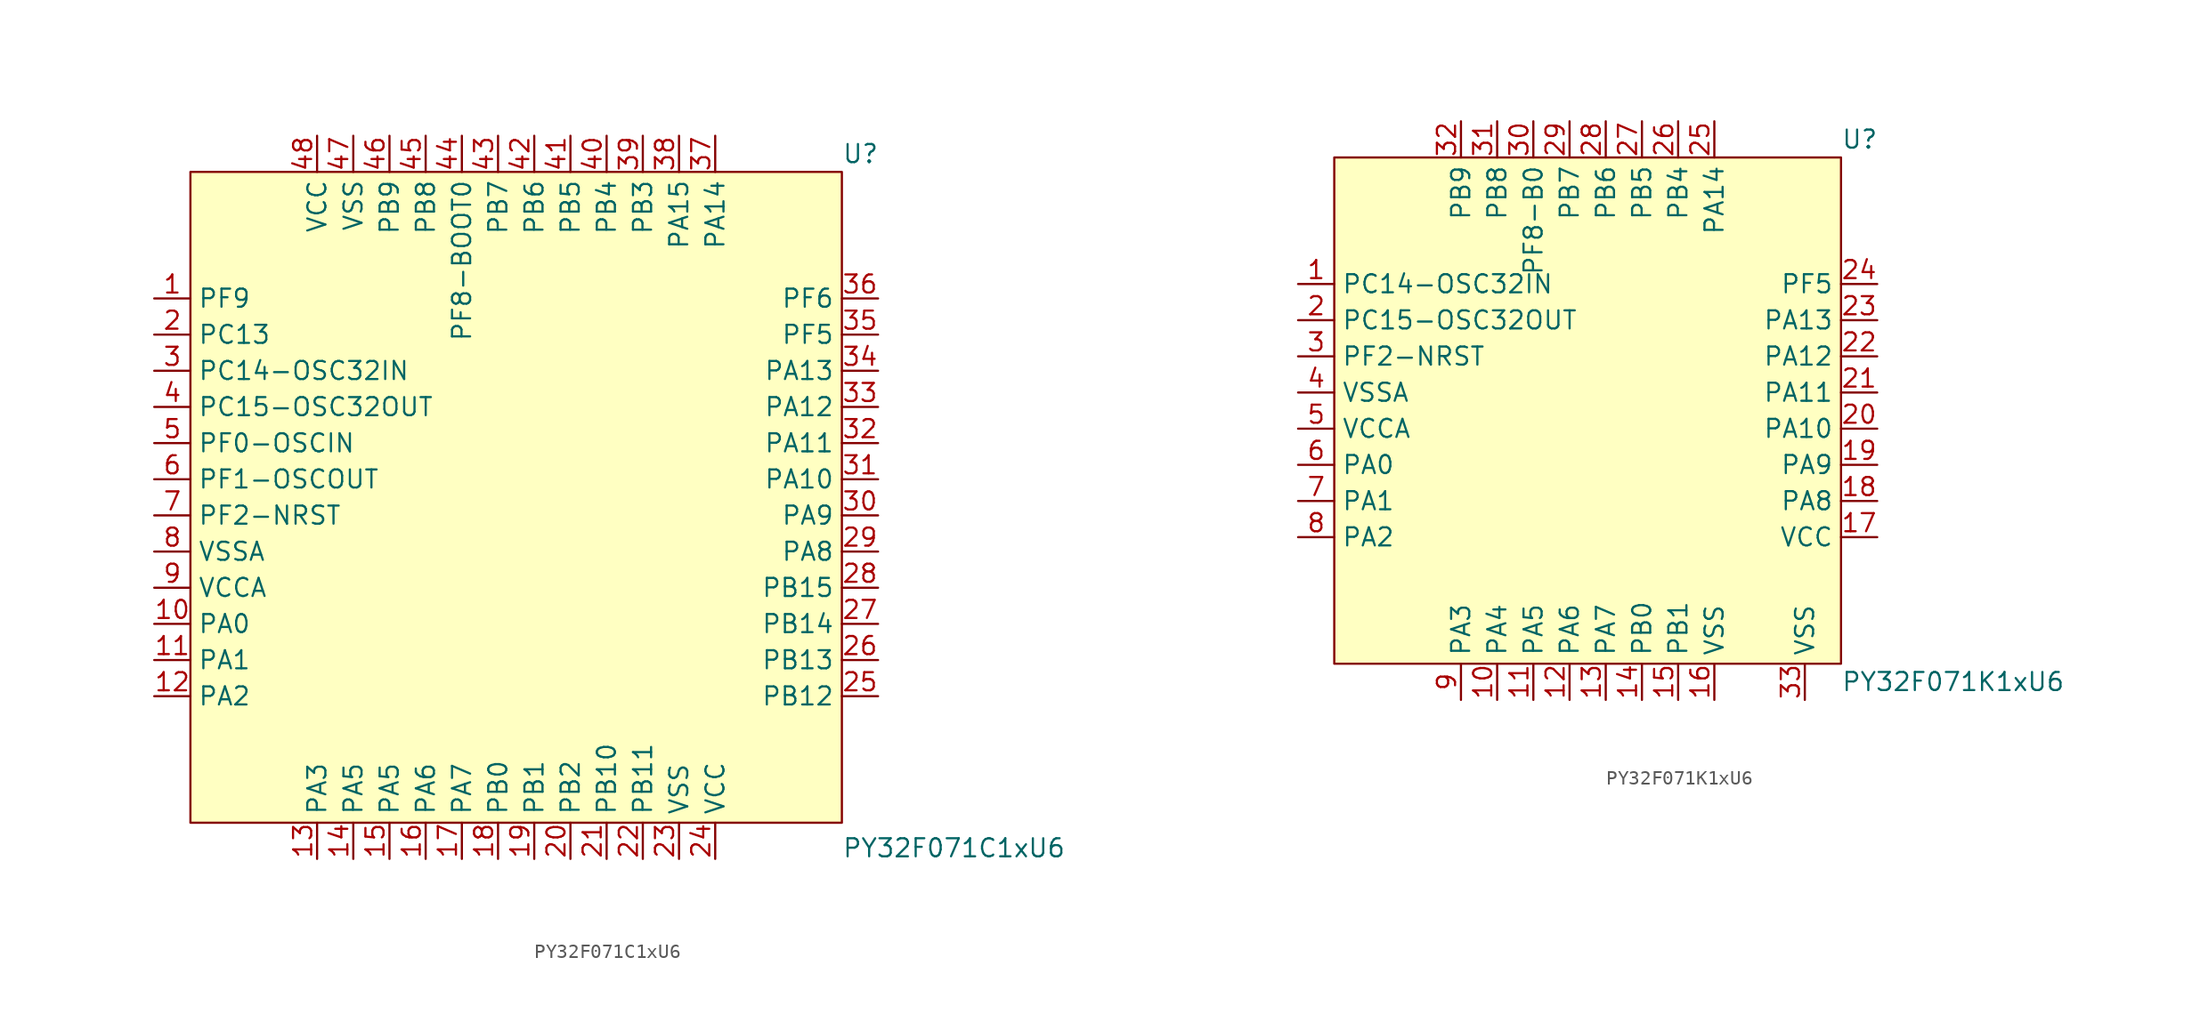
<source format=kicad_sym>
(kicad_symbol_lib
  (version 20241209)
  (generator "kicad_symbol_editor")
  (generator_version "9.0")
  (symbol "PY32F071C1xU6"
    (property "Reference" "U"
      (at 24.13 22.86 0)
      (effects (font (size 1.27 1.27)) (justify left)))
    (property "Value" "PY32F071C1xU6"
      (at 24.13 -25.908 0)
      (effects (font (size 1.27 1.27)) (justify left)))
    (symbol "PY32F071C1xU6_0_0"
      (pin bidirectional line (at -24.13 12.7 0) (length 2.54) (name "PF9" (effects (font (size 1.27 1.27)))) (number "1" (effects (font (size 1.27 1.27)))))
      (pin bidirectional line (at -24.13 10.16 0) (length 2.54) (name "PC13" (effects (font (size 1.27 1.27)))) (number "2" (effects (font (size 1.27 1.27)))))
      (pin bidirectional line (at -24.13 7.62 0) (length 2.54) (name "PC14-OSC32IN" (effects (font (size 1.27 1.27)))) (number "3" (effects (font (size 1.27 1.27)))))
      (pin bidirectional line (at -24.13 5.08 0) (length 2.54) (name "PC15-OSC32OUT" (effects (font (size 1.27 1.27)))) (number "4" (effects (font (size 1.27 1.27)))))
      (pin bidirectional line (at -24.13 2.54 0) (length 2.54) (name "PF0-OSCIN" (effects (font (size 1.27 1.27)))) (number "5" (effects (font (size 1.27 1.27)))))
      (pin bidirectional line (at -24.13 0 0) (length 2.54) (name "PF1-OSCOUT" (effects (font (size 1.27 1.27)))) (number "6" (effects (font (size 1.27 1.27)))))
      (pin bidirectional line (at -24.13 -2.54 0) (length 2.54) (name "PF2-NRST" (effects (font (size 1.27 1.27)))) (number "7" (effects (font (size 1.27 1.27)))))
      (pin bidirectional line (at -24.13 -5.08 0) (length 2.54) (name "VSSA" (effects (font (size 1.27 1.27)))) (number "8" (effects (font (size 1.27 1.27)))))
      (pin bidirectional line (at -24.13 -7.62 0) (length 2.54) (name "VCCA" (effects (font (size 1.27 1.27)))) (number "9" (effects (font (size 1.27 1.27)))))
      (pin bidirectional line (at -24.13 -10.16 0) (length 2.54) (name "PA0" (effects (font (size 1.27 1.27)))) (number "10" (effects (font (size 1.27 1.27)))))
      (pin bidirectional line (at -24.13 -12.7 0) (length 2.54) (name "PA1" (effects (font (size 1.27 1.27)))) (number "11" (effects (font (size 1.27 1.27)))))
      (pin bidirectional line (at -24.13 -15.24 0) (length 2.54) (name "PA2" (effects (font (size 1.27 1.27)))) (number "12" (effects (font (size 1.27 1.27)))))
      (pin bidirectional line (at -12.7 24.13 270) (length 2.54) (name "VCC" (effects (font (size 1.27 1.27)))) (number "48" (effects (font (size 1.27 1.27)))))
      (pin bidirectional line (at -12.7 -26.67 90) (length 2.54) (name "PA3" (effects (font (size 1.27 1.27)))) (number "13" (effects (font (size 1.27 1.27)))))
      (pin bidirectional line (at -10.16 24.13 270) (length 2.54) (name "VSS" (effects (font (size 1.27 1.27)))) (number "47" (effects (font (size 1.27 1.27)))))
      (pin bidirectional line (at -10.16 -26.67 90) (length 2.54) (name "PA5" (effects (font (size 1.27 1.27)))) (number "14" (effects (font (size 1.27 1.27)))))
      (pin bidirectional line (at -7.62 24.13 270) (length 2.54) (name "PB9" (effects (font (size 1.27 1.27)))) (number "46" (effects (font (size 1.27 1.27)))))
      (pin bidirectional line (at -7.62 -26.67 90) (length 2.54) (name "PA5" (effects (font (size 1.27 1.27)))) (number "15" (effects (font (size 1.27 1.27)))))
      (pin bidirectional line (at -5.08 24.13 270) (length 2.54) (name "PB8" (effects (font (size 1.27 1.27)))) (number "45" (effects (font (size 1.27 1.27)))))
      (pin bidirectional line (at -5.08 -26.67 90) (length 2.54) (name "PA6" (effects (font (size 1.27 1.27)))) (number "16" (effects (font (size 1.27 1.27)))))
      (pin bidirectional line (at -2.54 24.13 270) (length 2.54) (name "PF8-BOOT0" (effects (font (size 1.27 1.27)))) (number "44" (effects (font (size 1.27 1.27)))))
      (pin bidirectional line (at -2.54 -26.67 90) (length 2.54) (name "PA7" (effects (font (size 1.27 1.27)))) (number "17" (effects (font (size 1.27 1.27)))))
      (pin bidirectional line (at 0 24.13 270) (length 2.54) (name "PB7" (effects (font (size 1.27 1.27)))) (number "43" (effects (font (size 1.27 1.27)))))
      (pin bidirectional line (at 0 -26.67 90) (length 2.54) (name "PB0" (effects (font (size 1.27 1.27)))) (number "18" (effects (font (size 1.27 1.27)))))
      (pin bidirectional line (at 2.54 24.13 270) (length 2.54) (name "PB6" (effects (font (size 1.27 1.27)))) (number "42" (effects (font (size 1.27 1.27)))))
      (pin bidirectional line (at 2.54 -26.67 90) (length 2.54) (name "PB1" (effects (font (size 1.27 1.27)))) (number "19" (effects (font (size 1.27 1.27)))))
      (pin bidirectional line (at 5.08 -26.67 90) (length 2.54) (name "PB2" (effects (font (size 1.27 1.27)))) (number "20" (effects (font (size 1.27 1.27)))))
      (pin bidirectional line (at 7.62 -26.67 90) (length 2.54) (name "PB10" (effects (font (size 1.27 1.27)))) (number "21" (effects (font (size 1.27 1.27)))))
      (pin bidirectional line (at 10.16 24.13 270) (length 2.54) (name "PB3" (effects (font (size 1.27 1.27)))) (number "39" (effects (font (size 1.27 1.27)))))
      (pin bidirectional line (at 10.16 -26.67 90) (length 2.54) (name "PB11" (effects (font (size 1.27 1.27)))) (number "22" (effects (font (size 1.27 1.27)))))
      (pin bidirectional line (at 12.7 24.13 270) (length 2.54) (name "PA15" (effects (font (size 1.27 1.27)))) (number "38" (effects (font (size 1.27 1.27)))))
      (pin bidirectional line (at 12.7 -26.67 90) (length 2.54) (name "VSS" (effects (font (size 1.27 1.27)))) (number "23" (effects (font (size 1.27 1.27)))))
      (pin bidirectional line (at 15.24 24.13 270) (length 2.54) (name "PA14" (effects (font (size 1.27 1.27)))) (number "37" (effects (font (size 1.27 1.27)))))
      (pin bidirectional line (at 26.67 12.7 180) (length 2.54) (name "PF6" (effects (font (size 1.27 1.27)))) (number "36" (effects (font (size 1.27 1.27)))))
      (pin bidirectional line (at 26.67 10.16 180) (length 2.54) (name "PF5" (effects (font (size 1.27 1.27)))) (number "35" (effects (font (size 1.27 1.27)))))
      (pin bidirectional line (at 26.67 7.62 180) (length 2.54) (name "PA13" (effects (font (size 1.27 1.27)))) (number "34" (effects (font (size 1.27 1.27)))))
      (pin bidirectional line (at 26.67 5.08 180) (length 2.54) (name "PA12" (effects (font (size 1.27 1.27)))) (number "33" (effects (font (size 1.27 1.27)))))
      (pin bidirectional line (at 26.67 2.54 180) (length 2.54) (name "PA11" (effects (font (size 1.27 1.27)))) (number "32" (effects (font (size 1.27 1.27)))))
      (pin bidirectional line (at 26.67 0 180) (length 2.54) (name "PA10" (effects (font (size 1.27 1.27)))) (number "31" (effects (font (size 1.27 1.27)))))
      (pin bidirectional line (at 26.67 -2.54 180) (length 2.54) (name "PA9" (effects (font (size 1.27 1.27)))) (number "30" (effects (font (size 1.27 1.27)))))
      (pin bidirectional line (at 26.67 -5.08 180) (length 2.54) (name "PA8" (effects (font (size 1.27 1.27)))) (number "29" (effects (font (size 1.27 1.27)))))
      (pin bidirectional line (at 26.67 -7.62 180) (length 2.54) (name "PB15" (effects (font (size 1.27 1.27)))) (number "28" (effects (font (size 1.27 1.27)))))
      (pin bidirectional line (at 26.67 -10.16 180) (length 2.54) (name "PB14" (effects (font (size 1.27 1.27)))) (number "27" (effects (font (size 1.27 1.27)))))
      (pin bidirectional line (at 26.67 -12.7 180) (length 2.54) (name "PB13" (effects (font (size 1.27 1.27)))) (number "26" (effects (font (size 1.27 1.27))))))
    (symbol "PY32F071C1xU6_1_0"
      (pin bidirectional line (at 5.08 24.13 270) (length 2.54) (name "PB5" (effects (font (size 1.27 1.27)))) (number "41" (effects (font (size 1.27 1.27)))))
      (pin bidirectional line (at 7.62 24.13 270) (length 2.54) (name "PB4" (effects (font (size 1.27 1.27)))) (number "40" (effects (font (size 1.27 1.27)))))
      (pin bidirectional line (at 15.24 -26.67 90) (length 2.54) (name "VCC" (effects (font (size 1.27 1.27)))) (number "24" (effects (font (size 1.27 1.27)))))
      (pin bidirectional line (at 26.67 -15.24 180) (length 2.54) (name "PB12" (effects (font (size 1.27 1.27)))) (number "25" (effects (font (size 1.27 1.27))))))
    (symbol "PY32F071C1xU6_1_1"
      (rectangle (start -21.59 21.59) (end 24.13 -24.13) (stroke (width 0) (type solid)) (fill (type background)))))
  (symbol "PY32F071K1xU6"
    (property "Reference" "U"
      (at 19.05 17.78 0)
      (effects (font (size 1.27 1.27)) (justify left)))
    (property "Value" "PY32F071K1xU6"
      (at 19.05 -20.32 0)
      (effects (font (size 1.27 1.27)) (justify left)))
    (symbol "PY32F071K1xU6_0_0"
      (pin bidirectional line (at -19.05 7.62 0) (length 2.54) (name "PC14-OSC32IN" (effects (font (size 1.27 1.27)))) (number "1" (effects (font (size 1.27 1.27)))))
      (pin bidirectional line (at -19.05 5.08 0) (length 2.54) (name "PC15-OSC32OUT" (effects (font (size 1.27 1.27)))) (number "2" (effects (font (size 1.27 1.27)))))
      (pin bidirectional line (at -19.05 2.54 0) (length 2.54) (name "PF2-NRST" (effects (font (size 1.27 1.27)))) (number "3" (effects (font (size 1.27 1.27)))))
      (pin bidirectional line (at -19.05 0 0) (length 2.54) (name "VSSA" (effects (font (size 1.27 1.27)))) (number "4" (effects (font (size 1.27 1.27)))))
      (pin bidirectional line (at -19.05 -2.54 0) (length 2.54) (name "VCCA" (effects (font (size 1.27 1.27)))) (number "5" (effects (font (size 1.27 1.27)))))
      (pin bidirectional line (at -19.05 -5.08 0) (length 2.54) (name "PA0" (effects (font (size 1.27 1.27)))) (number "6" (effects (font (size 1.27 1.27)))))
      (pin bidirectional line (at -19.05 -7.62 0) (length 2.54) (name "PA1" (effects (font (size 1.27 1.27)))) (number "7" (effects (font (size 1.27 1.27)))))
      (pin bidirectional line (at -19.05 -10.16 0) (length 2.54) (name "PA2" (effects (font (size 1.27 1.27)))) (number "8" (effects (font (size 1.27 1.27)))))
      (pin bidirectional line (at -7.62 19.05 270) (length 2.54) (name "PB9" (effects (font (size 1.27 1.27)))) (number "32" (effects (font (size 1.27 1.27)))))
      (pin bidirectional line (at -7.62 -21.59 90) (length 2.54) (name "PA3" (effects (font (size 1.27 1.27)))) (number "9" (effects (font (size 1.27 1.27)))))
      (pin bidirectional line (at -5.08 19.05 270) (length 2.54) (name "PB8" (effects (font (size 1.27 1.27)))) (number "31" (effects (font (size 1.27 1.27)))))
      (pin bidirectional line (at -5.08 -21.59 90) (length 2.54) (name "PA4" (effects (font (size 1.27 1.27)))) (number "10" (effects (font (size 1.27 1.27)))))
      (pin bidirectional line (at -2.54 -21.59 90) (length 2.54) (name "PA5" (effects (font (size 1.27 1.27)))) (number "11" (effects (font (size 1.27 1.27)))))
      (pin bidirectional line (at 0 19.05 270) (length 2.54) (name "PB7" (effects (font (size 1.27 1.27)))) (number "29" (effects (font (size 1.27 1.27)))))
      (pin bidirectional line (at 0 -21.59 90) (length 2.54) (name "PA6" (effects (font (size 1.27 1.27)))) (number "12" (effects (font (size 1.27 1.27)))))
      (pin bidirectional line (at 2.54 19.05 270) (length 2.54) (name "PB6" (effects (font (size 1.27 1.27)))) (number "28" (effects (font (size 1.27 1.27)))))
      (pin bidirectional line (at 2.54 -21.59 90) (length 2.54) (name "PA7" (effects (font (size 1.27 1.27)))) (number "13" (effects (font (size 1.27 1.27)))))
      (pin bidirectional line (at 5.08 19.05 270) (length 2.54) (name "PB5" (effects (font (size 1.27 1.27)))) (number "27" (effects (font (size 1.27 1.27)))))
      (pin bidirectional line (at 5.08 -21.59 90) (length 2.54) (name "PB0" (effects (font (size 1.27 1.27)))) (number "14" (effects (font (size 1.27 1.27)))))
      (pin bidirectional line (at 7.62 19.05 270) (length 2.54) (name "PB4" (effects (font (size 1.27 1.27)))) (number "26" (effects (font (size 1.27 1.27)))))
      (pin bidirectional line (at 7.62 -21.59 90) (length 2.54) (name "PB1" (effects (font (size 1.27 1.27)))) (number "15" (effects (font (size 1.27 1.27)))))
      (pin bidirectional line (at 10.16 -21.59 90) (length 2.54) (name "VSS" (effects (font (size 1.27 1.27)))) (number "16" (effects (font (size 1.27 1.27)))))
      (pin bidirectional line (at 21.59 5.08 180) (length 2.54) (name "PA13" (effects (font (size 1.27 1.27)))) (number "23" (effects (font (size 1.27 1.27)))))
      (pin bidirectional line (at 21.59 2.54 180) (length 2.54) (name "PA12" (effects (font (size 1.27 1.27)))) (number "22" (effects (font (size 1.27 1.27)))))
      (pin bidirectional line (at 21.59 0 180) (length 2.54) (name "PA11" (effects (font (size 1.27 1.27)))) (number "21" (effects (font (size 1.27 1.27)))))
      (pin bidirectional line (at 21.59 -2.54 180) (length 2.54) (name "PA10" (effects (font (size 1.27 1.27)))) (number "20" (effects (font (size 1.27 1.27)))))
      (pin bidirectional line (at 21.59 -5.08 180) (length 2.54) (name "PA9" (effects (font (size 1.27 1.27)))) (number "19" (effects (font (size 1.27 1.27)))))
      (pin bidirectional line (at 21.59 -7.62 180) (length 2.54) (name "PA8" (effects (font (size 1.27 1.27)))) (number "18" (effects (font (size 1.27 1.27)))))
      (pin bidirectional line (at 21.59 -10.16 180) (length 2.54) (name "VCC" (effects (font (size 1.27 1.27)))) (number "17" (effects (font (size 1.27 1.27))))))
    (symbol "PY32F071K1xU6_1_0"
      (pin bidirectional line (at -2.54 19.05 270) (length 2.54) (name "PF8-B0" (effects (font (size 1.27 1.27)))) (number "30" (effects (font (size 1.27 1.27)))))
      (pin bidirectional line (at 10.16 19.05 270) (length 2.54) (name "PA14" (effects (font (size 1.27 1.27)))) (number "25" (effects (font (size 1.27 1.27)))))
      (pin bidirectional line (at 16.51 -21.59 90) (length 2.54) (name "VSS" (effects (font (size 1.27 1.27)))) (number "33" (effects (font (size 1.27 1.27)))))
      (pin bidirectional line (at 21.59 7.62 180) (length 2.54) (name "PF5" (effects (font (size 1.27 1.27)))) (number "24" (effects (font (size 1.27 1.27))))))
    (symbol "PY32F071K1xU6_1_1"
      (rectangle (start -16.51 16.51) (end 19.05 -19.05) (stroke (width 0) (type solid)) (fill (type background))))))
</source>
